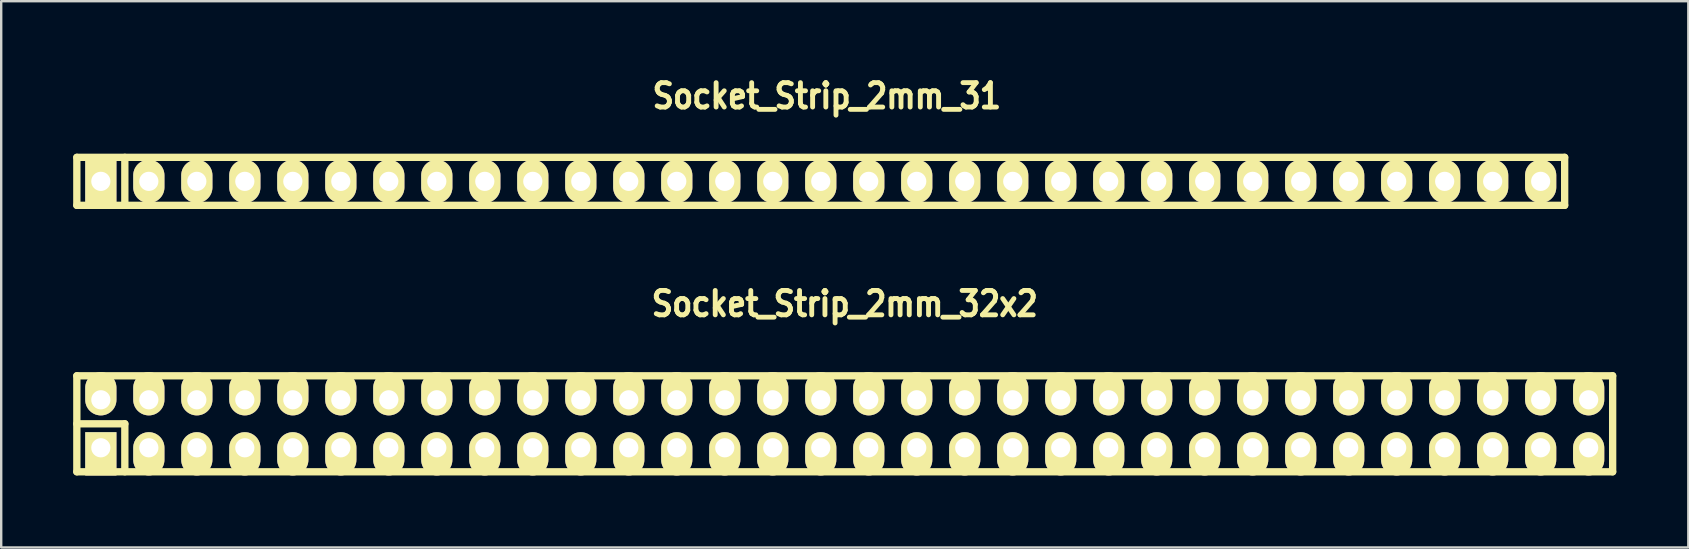
<source format=kicad_pcb>
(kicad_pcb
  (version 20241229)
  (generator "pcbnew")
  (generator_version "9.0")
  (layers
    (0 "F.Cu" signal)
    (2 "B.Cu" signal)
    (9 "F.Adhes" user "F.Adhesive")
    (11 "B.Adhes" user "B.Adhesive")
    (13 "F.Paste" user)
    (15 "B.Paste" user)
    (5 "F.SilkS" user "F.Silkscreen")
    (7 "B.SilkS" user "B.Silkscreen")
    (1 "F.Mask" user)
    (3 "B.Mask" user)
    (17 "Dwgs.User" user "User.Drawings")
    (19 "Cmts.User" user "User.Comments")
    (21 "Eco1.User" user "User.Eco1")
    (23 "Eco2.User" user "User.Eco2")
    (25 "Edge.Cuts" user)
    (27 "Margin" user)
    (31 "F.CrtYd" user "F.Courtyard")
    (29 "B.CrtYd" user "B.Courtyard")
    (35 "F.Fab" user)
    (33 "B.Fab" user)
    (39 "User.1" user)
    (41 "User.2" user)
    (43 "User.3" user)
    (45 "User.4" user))
  (footprint "Socket_Strip_2mm_32x2"
    (layer "F.Cu")
    (at 32.152 14.61)
    (property "Reference" "Socket_Strip_2mm_32x2" (at 0 -5 0) (layer "F.SilkS") (effects (font (size 1.016 0.889) (thickness 0.203))))
    (attr through_hole)
    (fp_line (start -32 -2) (end 32 -2) (stroke (width 0.305) (type solid)) (layer "F.SilkS"))
    (fp_line (start -32 0) (end -30 0) (stroke (width 0.305) (type solid)) (layer "F.SilkS"))
    (fp_line (start -32 2) (end -32 -2) (stroke (width 0.305) (type solid)) (layer "F.SilkS"))
    (fp_line (start -30 0) (end -30 2) (stroke (width 0.305) (type solid)) (layer "F.SilkS"))
    (fp_line (start 32 -2) (end 32 2) (stroke (width 0.305) (type solid)) (layer "F.SilkS"))
    (fp_line (start 32 2) (end -32 2) (stroke (width 0.305) (type solid)) (layer "F.SilkS"))
    (pad "1" thru_hole rect (at -31 1) (size 1.3 1.8) (drill 0.8 (offset 0 0.25)) (layers "*.Cu" "*.Mask" "F.SilkS"))
    (pad "2" thru_hole oval (at -31 -1) (size 1.3 1.8) (drill 0.8 (offset 0 -0.25)) (layers "*.Cu" "*.Mask" "F.SilkS"))
    (pad "3" thru_hole oval (at -29 1) (size 1.3 1.8) (drill 0.8 (offset 0 0.25)) (layers "*.Cu" "*.Mask" "F.SilkS"))
    (pad "4" thru_hole oval (at -29 -1) (size 1.3 1.8) (drill 0.8 (offset 0 -0.25)) (layers "*.Cu" "*.Mask" "F.SilkS"))
    (pad "5" thru_hole oval (at -27 1) (size 1.3 1.8) (drill 0.8 (offset 0 0.25)) (layers "*.Cu" "*.Mask" "F.SilkS"))
    (pad "6" thru_hole oval (at -27 -1) (size 1.3 1.8) (drill 0.8 (offset 0 -0.25)) (layers "*.Cu" "*.Mask" "F.SilkS"))
    (pad "7" thru_hole oval (at -25 1) (size 1.3 1.8) (drill 0.8 (offset 0 0.25)) (layers "*.Cu" "*.Mask" "F.SilkS"))
    (pad "8" thru_hole oval (at -25 -1) (size 1.3 1.8) (drill 0.8 (offset 0 -0.25)) (layers "*.Cu" "*.Mask" "F.SilkS"))
    (pad "9" thru_hole oval (at -23 1) (size 1.3 1.8) (drill 0.8 (offset 0 0.25)) (layers "*.Cu" "*.Mask" "F.SilkS"))
    (pad "10" thru_hole oval (at -23 -1) (size 1.3 1.8) (drill 0.8 (offset 0 -0.25)) (layers "*.Cu" "*.Mask" "F.SilkS"))
    (pad "11" thru_hole oval (at -21 1) (size 1.3 1.8) (drill 0.8 (offset 0 0.25)) (layers "*.Cu" "*.Mask" "F.SilkS"))
    (pad "12" thru_hole oval (at -21 -1) (size 1.3 1.8) (drill 0.8 (offset 0 -0.25)) (layers "*.Cu" "*.Mask" "F.SilkS"))
    (pad "13" thru_hole oval (at -19 1) (size 1.3 1.8) (drill 0.8 (offset 0 0.25)) (layers "*.Cu" "*.Mask" "F.SilkS"))
    (pad "14" thru_hole oval (at -19 -1) (size 1.3 1.8) (drill 0.8 (offset 0 -0.25)) (layers "*.Cu" "*.Mask" "F.SilkS"))
    (pad "15" thru_hole oval (at -17 1) (size 1.3 1.8) (drill 0.8 (offset 0 0.25)) (layers "*.Cu" "*.Mask" "F.SilkS"))
    (pad "16" thru_hole oval (at -17 -1) (size 1.3 1.8) (drill 0.8 (offset 0 -0.25)) (layers "*.Cu" "*.Mask" "F.SilkS"))
    (pad "17" thru_hole oval (at -15 1) (size 1.3 1.8) (drill 0.8 (offset 0 0.25)) (layers "*.Cu" "*.Mask" "F.SilkS"))
    (pad "18" thru_hole oval (at -15 -1) (size 1.3 1.8) (drill 0.8 (offset 0 -0.25)) (layers "*.Cu" "*.Mask" "F.SilkS"))
    (pad "19" thru_hole oval (at -13 1) (size 1.3 1.8) (drill 0.8 (offset 0 0.25)) (layers "*.Cu" "*.Mask" "F.SilkS"))
    (pad "20" thru_hole oval (at -13 -1) (size 1.3 1.8) (drill 0.8 (offset 0 -0.25)) (layers "*.Cu" "*.Mask" "F.SilkS"))
    (pad "21" thru_hole oval (at -11 1) (size 1.3 1.8) (drill 0.8 (offset 0 0.25)) (layers "*.Cu" "*.Mask" "F.SilkS"))
    (pad "22" thru_hole oval (at -11 -1) (size 1.3 1.8) (drill 0.8 (offset 0 -0.25)) (layers "*.Cu" "*.Mask" "F.SilkS"))
    (pad "23" thru_hole oval (at -9 1) (size 1.3 1.8) (drill 0.8 (offset 0 0.25)) (layers "*.Cu" "*.Mask" "F.SilkS"))
    (pad "24" thru_hole oval (at -9 -1) (size 1.3 1.8) (drill 0.8 (offset 0 -0.25)) (layers "*.Cu" "*.Mask" "F.SilkS"))
    (pad "25" thru_hole oval (at -7 1) (size 1.3 1.8) (drill 0.8 (offset 0 0.25)) (layers "*.Cu" "*.Mask" "F.SilkS"))
    (pad "26" thru_hole oval (at -7 -1) (size 1.3 1.8) (drill 0.8 (offset 0 -0.25)) (layers "*.Cu" "*.Mask" "F.SilkS"))
    (pad "27" thru_hole oval (at -5 1) (size 1.3 1.8) (drill 0.8 (offset 0 0.25)) (layers "*.Cu" "*.Mask" "F.SilkS"))
    (pad "28" thru_hole oval (at -5 -1) (size 1.3 1.8) (drill 0.8 (offset 0 -0.25)) (layers "*.Cu" "*.Mask" "F.SilkS"))
    (pad "29" thru_hole oval (at -3 1) (size 1.3 1.8) (drill 0.8 (offset 0 0.25)) (layers "*.Cu" "*.Mask" "F.SilkS"))
    (pad "30" thru_hole oval (at -3 -1) (size 1.3 1.8) (drill 0.8 (offset 0 -0.25)) (layers "*.Cu" "*.Mask" "F.SilkS"))
    (pad "31" thru_hole oval (at -1 1) (size 1.3 1.8) (drill 0.8 (offset 0 0.25)) (layers "*.Cu" "*.Mask" "F.SilkS"))
    (pad "32" thru_hole oval (at -1 -1) (size 1.3 1.8) (drill 0.8 (offset 0 -0.25)) (layers "*.Cu" "*.Mask" "F.SilkS"))
    (pad "33" thru_hole oval (at 1 1) (size 1.3 1.8) (drill 0.8 (offset 0 0.25)) (layers "*.Cu" "*.Mask" "F.SilkS"))
    (pad "34" thru_hole oval (at 1 -1) (size 1.3 1.8) (drill 0.8 (offset 0 -0.25)) (layers "*.Cu" "*.Mask" "F.SilkS"))
    (pad "35" thru_hole oval (at 3 1) (size 1.3 1.8) (drill 0.8 (offset 0 0.25)) (layers "*.Cu" "*.Mask" "F.SilkS"))
    (pad "36" thru_hole oval (at 3 -1) (size 1.3 1.8) (drill 0.8 (offset 0 -0.25)) (layers "*.Cu" "*.Mask" "F.SilkS"))
    (pad "37" thru_hole oval (at 5 1) (size 1.3 1.8) (drill 0.8 (offset 0 0.25)) (layers "*.Cu" "*.Mask" "F.SilkS"))
    (pad "38" thru_hole oval (at 5 -1) (size 1.3 1.8) (drill 0.8 (offset 0 -0.25)) (layers "*.Cu" "*.Mask" "F.SilkS"))
    (pad "39" thru_hole oval (at 7 1) (size 1.3 1.8) (drill 0.8 (offset 0 0.25)) (layers "*.Cu" "*.Mask" "F.SilkS"))
    (pad "40" thru_hole oval (at 7 -1) (size 1.3 1.8) (drill 0.8 (offset 0 -0.25)) (layers "*.Cu" "*.Mask" "F.SilkS"))
    (pad "41" thru_hole oval (at 9 1) (size 1.3 1.8) (drill 0.8 (offset 0 0.25)) (layers "*.Cu" "*.Mask" "F.SilkS"))
    (pad "42" thru_hole oval (at 9 -1) (size 1.3 1.8) (drill 0.8 (offset 0 -0.25)) (layers "*.Cu" "*.Mask" "F.SilkS"))
    (pad "43" thru_hole oval (at 11 1) (size 1.3 1.8) (drill 0.8 (offset 0 0.25)) (layers "*.Cu" "*.Mask" "F.SilkS"))
    (pad "44" thru_hole oval (at 11 -1) (size 1.3 1.8) (drill 0.8 (offset 0 -0.25)) (layers "*.Cu" "*.Mask" "F.SilkS"))
    (pad "45" thru_hole oval (at 13 1) (size 1.3 1.8) (drill 0.8 (offset 0 0.25)) (layers "*.Cu" "*.Mask" "F.SilkS"))
    (pad "46" thru_hole oval (at 13 -1) (size 1.3 1.8) (drill 0.8 (offset 0 -0.25)) (layers "*.Cu" "*.Mask" "F.SilkS"))
    (pad "47" thru_hole oval (at 15 1) (size 1.3 1.8) (drill 0.8 (offset 0 0.25)) (layers "*.Cu" "*.Mask" "F.SilkS"))
    (pad "48" thru_hole oval (at 15 -1) (size 1.3 1.8) (drill 0.8 (offset 0 -0.25)) (layers "*.Cu" "*.Mask" "F.SilkS"))
    (pad "49" thru_hole oval (at 17 1) (size 1.3 1.8) (drill 0.8 (offset 0 0.25)) (layers "*.Cu" "*.Mask" "F.SilkS"))
    (pad "50" thru_hole oval (at 17 -1) (size 1.3 1.8) (drill 0.8 (offset 0 -0.25)) (layers "*.Cu" "*.Mask" "F.SilkS"))
    (pad "51" thru_hole oval (at 19 1) (size 1.3 1.8) (drill 0.8 (offset 0 0.25)) (layers "*.Cu" "*.Mask" "F.SilkS"))
    (pad "52" thru_hole oval (at 19 -1) (size 1.3 1.8) (drill 0.8 (offset 0 -0.25)) (layers "*.Cu" "*.Mask" "F.SilkS"))
    (pad "53" thru_hole oval (at 21 1) (size 1.3 1.8) (drill 0.8 (offset 0 0.25)) (layers "*.Cu" "*.Mask" "F.SilkS"))
    (pad "54" thru_hole oval (at 21 -1) (size 1.3 1.8) (drill 0.8 (offset 0 -0.25)) (layers "*.Cu" "*.Mask" "F.SilkS"))
    (pad "55" thru_hole oval (at 23 1) (size 1.3 1.8) (drill 0.8 (offset 0 0.25)) (layers "*.Cu" "*.Mask" "F.SilkS"))
    (pad "56" thru_hole oval (at 23 -1) (size 1.3 1.8) (drill 0.8 (offset 0 -0.25)) (layers "*.Cu" "*.Mask" "F.SilkS"))
    (pad "57" thru_hole oval (at 25 1) (size 1.3 1.8) (drill 0.8 (offset 0 0.25)) (layers "*.Cu" "*.Mask" "F.SilkS"))
    (pad "58" thru_hole oval (at 25 -1) (size 1.3 1.8) (drill 0.8 (offset 0 -0.25)) (layers "*.Cu" "*.Mask" "F.SilkS"))
    (pad "59" thru_hole oval (at 27 1) (size 1.3 1.8) (drill 0.8 (offset 0 0.25)) (layers "*.Cu" "*.Mask" "F.SilkS"))
    (pad "60" thru_hole oval (at 27 -1) (size 1.3 1.8) (drill 0.8 (offset 0 -0.25)) (layers "*.Cu" "*.Mask" "F.SilkS"))
    (pad "61" thru_hole oval (at 29 1) (size 1.3 1.8) (drill 0.8 (offset 0 0.25)) (layers "*.Cu" "*.Mask" "F.SilkS"))
    (pad "62" thru_hole oval (at 29 -1) (size 1.3 1.8) (drill 0.8 (offset 0 -0.25)) (layers "*.Cu" "*.Mask" "F.SilkS"))
    (pad "63" thru_hole oval (at 31 1) (size 1.3 1.8) (drill 0.8 (offset 0 0.25)) (layers "*.Cu" "*.Mask" "F.SilkS"))
    (pad "64" thru_hole oval (at 31 -1) (size 1.3 1.8) (drill 0.8 (offset 0 -0.25)) (layers "*.Cu" "*.Mask" "F.SilkS")))
  (footprint "Socket_Strip_2mm_31"
    (layer "F.Cu")
    (at 31.152 4.507)
    (property "Reference" "Socket_Strip_2mm_31" (at 0.254 -3.556 0) (layer "F.SilkS") (effects (font (size 1.016 0.889) (thickness 0.203))))
    (attr through_hole)
    (fp_line (start -31 -1) (end 31 -1) (stroke (width 0.305) (type solid)) (layer "F.SilkS"))
    (fp_line (start -31 1) (end -31 -1) (stroke (width 0.305) (type solid)) (layer "F.SilkS"))
    (fp_line (start -29 -1) (end -29 1) (stroke (width 0.305) (type solid)) (layer "F.SilkS"))
    (fp_line (start 31 -1) (end 31 1) (stroke (width 0.305) (type solid)) (layer "F.SilkS"))
    (fp_line (start 31 1) (end -31 1) (stroke (width 0.305) (type solid)) (layer "F.SilkS"))
    (pad "1" thru_hole rect (at -30 0) (size 1.3 1.8) (drill 0.8) (layers "*.Cu" "*.Mask" "F.SilkS"))
    (pad "2" thru_hole oval (at -28 0) (size 1.3 1.8) (drill 0.8) (layers "*.Cu" "*.Mask" "F.SilkS"))
    (pad "3" thru_hole oval (at -26 0) (size 1.3 1.8) (drill 0.8) (layers "*.Cu" "*.Mask" "F.SilkS"))
    (pad "4" thru_hole oval (at -24 0) (size 1.3 1.8) (drill 0.8) (layers "*.Cu" "*.Mask" "F.SilkS"))
    (pad "5" thru_hole oval (at -22 0) (size 1.3 1.8) (drill 0.8) (layers "*.Cu" "*.Mask" "F.SilkS"))
    (pad "6" thru_hole oval (at -20 0) (size 1.3 1.8) (drill 0.8) (layers "*.Cu" "*.Mask" "F.SilkS"))
    (pad "7" thru_hole oval (at -18 0) (size 1.3 1.8) (drill 0.8) (layers "*.Cu" "*.Mask" "F.SilkS"))
    (pad "8" thru_hole oval (at -16 0) (size 1.3 1.8) (drill 0.8) (layers "*.Cu" "*.Mask" "F.SilkS"))
    (pad "9" thru_hole oval (at -14 0) (size 1.3 1.8) (drill 0.8) (layers "*.Cu" "*.Mask" "F.SilkS"))
    (pad "10" thru_hole oval (at -12 0) (size 1.3 1.8) (drill 0.8) (layers "*.Cu" "*.Mask" "F.SilkS"))
    (pad "11" thru_hole oval (at -10 0) (size 1.3 1.8) (drill 0.8) (layers "*.Cu" "*.Mask" "F.SilkS"))
    (pad "12" thru_hole oval (at -8 0) (size 1.3 1.8) (drill 0.8) (layers "*.Cu" "*.Mask" "F.SilkS"))
    (pad "13" thru_hole oval (at -6 0) (size 1.3 1.8) (drill 0.8) (layers "*.Cu" "*.Mask" "F.SilkS"))
    (pad "14" thru_hole oval (at -4 0) (size 1.3 1.8) (drill 0.8) (layers "*.Cu" "*.Mask" "F.SilkS"))
    (pad "15" thru_hole oval (at -2 0) (size 1.3 1.8) (drill 0.8) (layers "*.Cu" "*.Mask" "F.SilkS"))
    (pad "16" thru_hole oval (at 0 0) (size 1.3 1.8) (drill 0.8) (layers "*.Cu" "*.Mask" "F.SilkS"))
    (pad "17" thru_hole oval (at 2 0) (size 1.3 1.8) (drill 0.8) (layers "*.Cu" "*.Mask" "F.SilkS"))
    (pad "18" thru_hole oval (at 4 0) (size 1.3 1.8) (drill 0.8) (layers "*.Cu" "*.Mask" "F.SilkS"))
    (pad "19" thru_hole oval (at 6 0) (size 1.3 1.8) (drill 0.8) (layers "*.Cu" "*.Mask" "F.SilkS"))
    (pad "20" thru_hole oval (at 8 0) (size 1.3 1.8) (drill 0.8) (layers "*.Cu" "*.Mask" "F.SilkS"))
    (pad "21" thru_hole oval (at 10 0) (size 1.3 1.8) (drill 0.8) (layers "*.Cu" "*.Mask" "F.SilkS"))
    (pad "22" thru_hole oval (at 12 0) (size 1.3 1.8) (drill 0.8) (layers "*.Cu" "*.Mask" "F.SilkS"))
    (pad "23" thru_hole oval (at 14 0) (size 1.3 1.8) (drill 0.8) (layers "*.Cu" "*.Mask" "F.SilkS"))
    (pad "24" thru_hole oval (at 16 0) (size 1.3 1.8) (drill 0.8) (layers "*.Cu" "*.Mask" "F.SilkS"))
    (pad "25" thru_hole oval (at 18 0) (size 1.3 1.8) (drill 0.8) (layers "*.Cu" "*.Mask" "F.SilkS"))
    (pad "26" thru_hole oval (at 20 0) (size 1.3 1.8) (drill 0.8) (layers "*.Cu" "*.Mask" "F.SilkS"))
    (pad "27" thru_hole oval (at 22 0) (size 1.3 1.8) (drill 0.8) (layers "*.Cu" "*.Mask" "F.SilkS"))
    (pad "28" thru_hole oval (at 24 0) (size 1.3 1.8) (drill 0.8) (layers "*.Cu" "*.Mask" "F.SilkS"))
    (pad "29" thru_hole oval (at 26 0) (size 1.3 1.8) (drill 0.8) (layers "*.Cu" "*.Mask" "F.SilkS"))
    (pad "30" thru_hole oval (at 28 0) (size 1.3 1.8) (drill 0.8) (layers "*.Cu" "*.Mask" "F.SilkS"))
    (pad "31" thru_hole oval (at 30 0) (size 1.3 1.8) (drill 0.8) (layers "*.Cu" "*.Mask" "F.SilkS")))
  (gr_rect
    (start -3 -3)
    (end 67.305 19.763)
    (stroke (width 0.1) (type default))
    (fill no)
    (layer "Edge.Cuts")))
</source>
